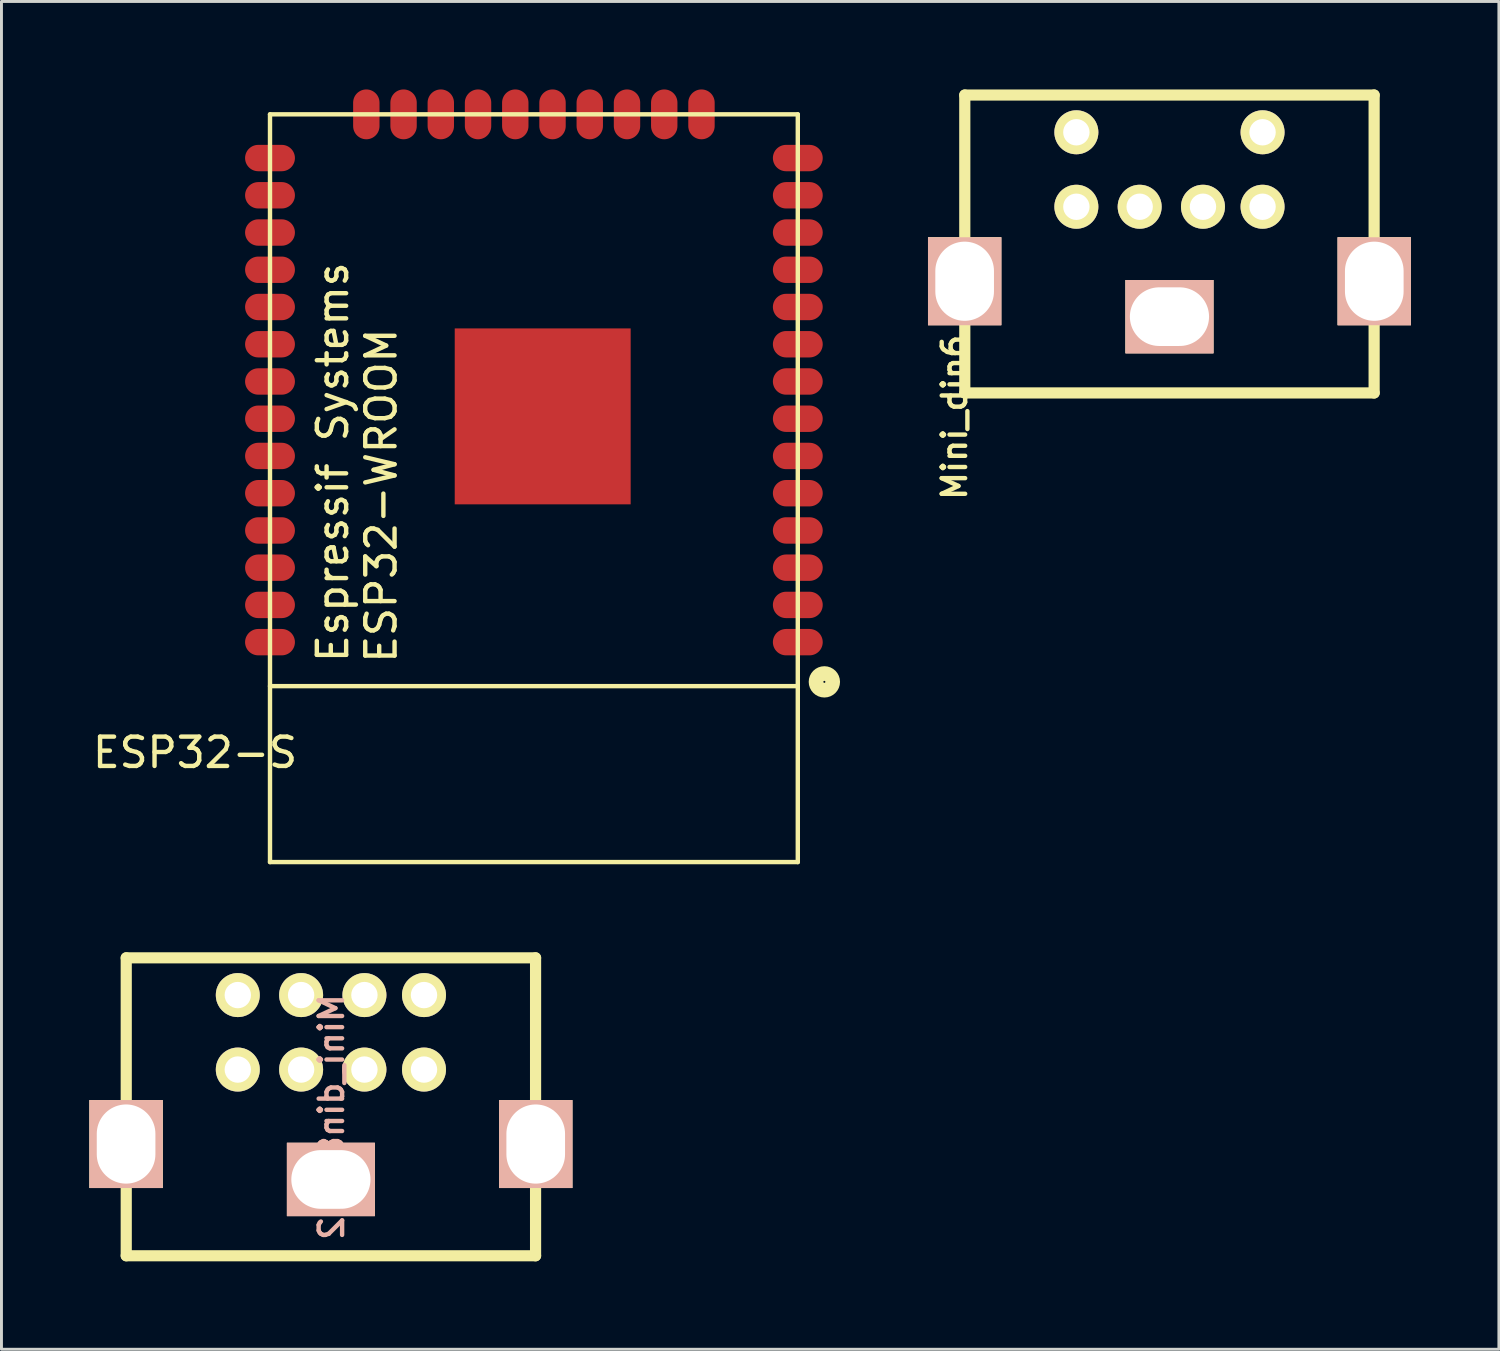
<source format=kicad_pcb>
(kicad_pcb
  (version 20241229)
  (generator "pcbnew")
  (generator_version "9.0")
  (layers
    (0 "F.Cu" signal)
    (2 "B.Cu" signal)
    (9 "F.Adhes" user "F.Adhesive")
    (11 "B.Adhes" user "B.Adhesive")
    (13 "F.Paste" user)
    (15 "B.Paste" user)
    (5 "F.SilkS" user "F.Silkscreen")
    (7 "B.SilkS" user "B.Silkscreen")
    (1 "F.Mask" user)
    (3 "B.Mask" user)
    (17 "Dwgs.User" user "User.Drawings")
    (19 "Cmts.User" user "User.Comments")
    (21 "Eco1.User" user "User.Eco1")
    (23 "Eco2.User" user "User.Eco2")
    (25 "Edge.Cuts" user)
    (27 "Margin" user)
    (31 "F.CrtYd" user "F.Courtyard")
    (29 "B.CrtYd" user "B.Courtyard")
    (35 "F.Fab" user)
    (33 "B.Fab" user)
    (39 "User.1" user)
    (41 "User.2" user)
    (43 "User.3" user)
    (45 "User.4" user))
  (footprint "Mini_din6_ps2"
    (layer "F.Cu")
    (at 36.833 5.271)
    (property "Reference" "Mini_din6_ps2" (at -7.33 4.538 90) (layer "F.SilkS") (effects (font (size 0.8 0.8) (thickness 0.15))))
    (attr through_hole)
    (fp_line (start -6.98 -5.08) (end 6.98 -5.08) (stroke (width 0.381) (type solid)) (layer "F.SilkS"))
    (fp_line (start -6.98 1.27) (end -6.98 -5.08) (stroke (width 0.381) (type solid)) (layer "F.SilkS"))
    (fp_line (start -6.98 5.08) (end -6.98 1.27) (stroke (width 0.381) (type solid)) (layer "F.SilkS"))
    (fp_line (start 6.98 -5.08) (end 6.98 5.08) (stroke (width 0.381) (type solid)) (layer "F.SilkS"))
    (fp_line (start 6.98 5.08) (end -6.98 5.08) (stroke (width 0.381) (type solid)) (layer "F.SilkS"))
    (pad "1" thru_hole circle (at 1.143 -1.27) (size 1.5 1.5) (drill 0.9) (layers "*.Cu" "*.Mask" "F.SilkS"))
    (pad "2" thru_hole circle (at -1.016 -1.27) (size 1.5 1.5) (drill 0.9) (layers "*.Cu" "*.Mask" "F.SilkS"))
    (pad "3" thru_hole circle (at 3.175 -1.27) (size 1.5 1.5) (drill 0.9) (layers "*.Cu" "*.Mask" "F.SilkS"))
    (pad "4" thru_hole circle (at -3.175 -1.27) (size 1.5 1.5) (drill 0.9) (layers "*.Cu" "*.Mask" "F.SilkS"))
    (pad "5" thru_hole circle (at 3.175 -3.81) (size 1.5 1.5) (drill 0.9) (layers "*.Cu" "*.Mask" "F.SilkS"))
    (pad "6" thru_hole circle (at -3.175 -3.81) (size 1.5 1.5) (drill 0.9) (layers "*.Cu" "*.Mask" "F.SilkS"))
    (pad "7" thru_hole rect (at -6.985 1.27 90) (size 3 2.5) (drill oval 2.7 2) (layers "*.Cu" "*.SilkS" "*.Mask"))
    (pad "7" thru_hole rect (at 0 2.478) (size 3 2.5) (drill oval 2.7 2) (layers "*.Cu" "*.SilkS" "*.Mask"))
    (pad "7" thru_hole rect (at 6.985 1.27 90) (size 3 2.5) (drill oval 2.7 2) (layers "*.Cu" "*.SilkS" "*.Mask")))
  (footprint "ESP32-S"
    (layer "F.Cu")
    (at 15.158 13.6)
    (property "Reference" "ESP32-S" (at -11.557 9.017 0) (layer "F.SilkS") (effects (font (size 1 1) (thickness 0.15))))
    (attr through_hole)
    (fp_line (start -9 -12.75) (end 9 -12.75) (stroke (width 0.15) (type solid)) (layer "F.SilkS"))
    (fp_line (start -9 6.75) (end 9 6.75) (stroke (width 0.15) (type solid)) (layer "F.SilkS"))
    (fp_line (start -9 12.75) (end -9 -12.75) (stroke (width 0.15) (type solid)) (layer "F.SilkS"))
    (fp_line (start -9 12.75) (end 9 12.75) (stroke (width 0.15) (type solid)) (layer "F.SilkS"))
    (fp_line (start 9 12.75) (end 9 -12.75) (stroke (width 0.15) (type solid)) (layer "F.SilkS"))
    (fp_circle (center 9.906 6.604) (end 10.033 6.858) (stroke (width 0.5) (type solid)) (fill no) (layer "F.SilkS"))
    (fp_text user "Espressif Systems" (at -6.858 -0.889 90) (layer "F.SilkS") (effects (font (size 1 1) (thickness 0.15))))
    (fp_text user "ESP32-WROOM" (at -5.207 0.254 90) (layer "F.SilkS") (effects (font (size 1 1) (thickness 0.15))))
    (pad "1" smd oval (at 9 5.25) (size 1.7 0.9) (layers "F.Cu" "F.Mask" "F.Paste"))
    (pad "2" smd oval (at 9 3.98) (size 1.7 0.9) (layers "F.Cu" "F.Mask" "F.Paste"))
    (pad "3" smd oval (at 9 2.71) (size 1.7 0.9) (layers "F.Cu" "F.Mask" "F.Paste"))
    (pad "4" smd oval (at 9 1.44) (size 1.7 0.9) (layers "F.Cu" "F.Mask" "F.Paste"))
    (pad "5" smd oval (at 9 0.17) (size 1.7 0.9) (layers "F.Cu" "F.Mask" "F.Paste"))
    (pad "6" smd oval (at 9 -1.1) (size 1.7 0.9) (layers "F.Cu" "F.Mask" "F.Paste"))
    (pad "7" smd oval (at 9 -2.37) (size 1.7 0.9) (layers "F.Cu" "F.Mask" "F.Paste"))
    (pad "8" smd oval (at 9 -3.64) (size 1.7 0.9) (layers "F.Cu" "F.Mask" "F.Paste"))
    (pad "9" smd oval (at 9 -4.91) (size 1.7 0.9) (layers "F.Cu" "F.Mask" "F.Paste"))
    (pad "10" smd oval (at 9 -6.18) (size 1.7 0.9) (layers "F.Cu" "F.Mask" "F.Paste"))
    (pad "11" smd oval (at 9 -7.45) (size 1.7 0.9) (layers "F.Cu" "F.Mask" "F.Paste"))
    (pad "12" smd oval (at 9 -8.72) (size 1.7 0.9) (layers "F.Cu" "F.Mask" "F.Paste"))
    (pad "13" smd oval (at 9 -9.99) (size 1.7 0.9) (layers "F.Cu" "F.Mask" "F.Paste"))
    (pad "14" smd oval (at 9 -11.26) (size 1.7 0.9) (layers "F.Cu" "F.Mask" "F.Paste"))
    (pad "15" smd oval (at 5.715 -12.75) (size 0.9 1.7) (layers "F.Cu" "F.Mask" "F.Paste"))
    (pad "16" smd oval (at 4.445 -12.75) (size 0.9 1.7) (layers "F.Cu" "F.Mask" "F.Paste"))
    (pad "17" smd oval (at 3.175 -12.75) (size 0.9 1.7) (layers "F.Cu" "F.Mask" "F.Paste"))
    (pad "18" smd oval (at 1.905 -12.75) (size 0.9 1.7) (layers "F.Cu" "F.Mask" "F.Paste"))
    (pad "19" smd oval (at 0.635 -12.75) (size 0.9 1.7) (layers "F.Cu" "F.Mask" "F.Paste"))
    (pad "20" smd oval (at -0.635 -12.75) (size 0.9 1.7) (layers "F.Cu" "F.Mask" "F.Paste"))
    (pad "21" smd oval (at -1.905 -12.75) (size 0.9 1.7) (layers "F.Cu" "F.Mask" "F.Paste"))
    (pad "22" smd oval (at -3.175 -12.75) (size 0.9 1.7) (layers "F.Cu" "F.Mask" "F.Paste"))
    (pad "23" smd oval (at -4.445 -12.75) (size 0.9 1.7) (layers "F.Cu" "F.Mask" "F.Paste"))
    (pad "24" smd oval (at -5.715 -12.75) (size 0.9 1.7) (layers "F.Cu" "F.Mask" "F.Paste"))
    (pad "25" smd oval (at -9 -11.26) (size 1.7 0.9) (layers "F.Cu" "F.Mask" "F.Paste"))
    (pad "26" smd oval (at -9 -9.99) (size 1.7 0.9) (layers "F.Cu" "F.Mask" "F.Paste"))
    (pad "27" smd oval (at -9 -8.72) (size 1.7 0.9) (layers "F.Cu" "F.Mask" "F.Paste"))
    (pad "28" smd oval (at -9 -7.45) (size 1.7 0.9) (layers "F.Cu" "F.Mask" "F.Paste"))
    (pad "29" smd oval (at -9 -6.18) (size 1.7 0.9) (layers "F.Cu" "F.Mask" "F.Paste"))
    (pad "30" smd oval (at -9 -4.91) (size 1.7 0.9) (layers "F.Cu" "F.Mask" "F.Paste"))
    (pad "31" smd oval (at -9 -3.64) (size 1.7 0.9) (layers "F.Cu" "F.Mask" "F.Paste"))
    (pad "32" smd oval (at -9 -2.37) (size 1.7 0.9) (layers "F.Cu" "F.Mask" "F.Paste"))
    (pad "33" smd oval (at -9 -1.1) (size 1.7 0.9) (layers "F.Cu" "F.Mask" "F.Paste"))
    (pad "34" smd oval (at -9 0.17) (size 1.7 0.9) (layers "F.Cu" "F.Mask" "F.Paste"))
    (pad "35" smd oval (at -9 1.44) (size 1.7 0.9) (layers "F.Cu" "F.Mask" "F.Paste"))
    (pad "36" smd oval (at -9 2.71) (size 1.7 0.9) (layers "F.Cu" "F.Mask" "F.Paste"))
    (pad "37" smd oval (at -9 3.98) (size 1.7 0.9) (layers "F.Cu" "F.Mask" "F.Paste"))
    (pad "38" smd oval (at -9 5.25) (size 1.7 0.9) (layers "F.Cu" "F.Mask" "F.Paste"))
    (pad "39" smd rect (at 0.3 -2.45) (size 6 6) (layers "F.Cu" "F.Mask" "F.Paste")))
  (footprint "Mini_din8_ps2"
    (layer "F.Cu")
    (at 8.235 34.696)
    (property "Reference" "Mini_din8_ps2" (at 0.02 0.35 90) (layer "B.SilkS") (effects (font (size 0.8 0.8) (thickness 0.15)) (justify mirror)))
    (attr through_hole)
    (fp_line (start -6.98 -5.08) (end 6.98 -5.08) (stroke (width 0.381) (type solid)) (layer "F.SilkS"))
    (fp_line (start -6.98 1.27) (end -6.98 -5.08) (stroke (width 0.381) (type solid)) (layer "F.SilkS"))
    (fp_line (start -6.98 5.08) (end -6.98 1.27) (stroke (width 0.381) (type solid)) (layer "F.SilkS"))
    (fp_line (start 6.98 -5.08) (end 6.98 5.08) (stroke (width 0.381) (type solid)) (layer "F.SilkS"))
    (fp_line (start 6.98 5.08) (end -6.98 5.08) (stroke (width 0.381) (type solid)) (layer "F.SilkS"))
    (pad "1" thru_hole circle (at 1.143 -1.27) (size 1.5 1.5) (drill 0.9) (layers "*.Cu" "*.Mask" "F.SilkS"))
    (pad "2" thru_hole circle (at -1.016 -1.27) (size 1.5 1.5) (drill 0.9) (layers "*.Cu" "*.Mask" "F.SilkS"))
    (pad "3" thru_hole circle (at 3.175 -1.27) (size 1.5 1.5) (drill 0.9) (layers "*.Cu" "*.Mask" "F.SilkS"))
    (pad "4" thru_hole circle (at 1.143 -3.81) (size 1.5 1.5) (drill 0.9) (layers "*.Cu" "*.Mask" "F.SilkS"))
    (pad "5" thru_hole circle (at -3.175 -1.27) (size 1.5 1.5) (drill 0.9) (layers "*.Cu" "*.Mask" "F.SilkS"))
    (pad "6" thru_hole circle (at 3.175 -3.81) (size 1.5 1.5) (drill 0.9) (layers "*.Cu" "*.Mask" "F.SilkS"))
    (pad "7" thru_hole circle (at -1.016 -3.81) (size 1.5 1.5) (drill 0.9) (layers "*.Cu" "*.Mask" "F.SilkS"))
    (pad "8" thru_hole circle (at -3.175 -3.81) (size 1.5 1.5) (drill 0.9) (layers "*.Cu" "*.Mask" "F.SilkS"))
    (pad "GNDPWR" thru_hole rect (at -6.985 1.27 90) (size 3 2.5) (drill oval 2.7 2) (layers "*.Cu" "*.SilkS" "*.Mask"))
    (pad "GNDPWR" thru_hole rect (at 0 2.478) (size 3 2.5) (drill oval 2.7 2) (layers "*.Cu" "*.SilkS" "*.Mask"))
    (pad "GNDPWR" thru_hole rect (at 6.985 1.27 90) (size 3 2.5) (drill oval 2.7 2) (layers "*.Cu" "*.SilkS" "*.Mask")))
  (gr_rect
    (start -3 -3)
    (end 48.068 42.966)
    (stroke (width 0.1) (type default))
    (fill no)
    (layer "Edge.Cuts")))
</source>
